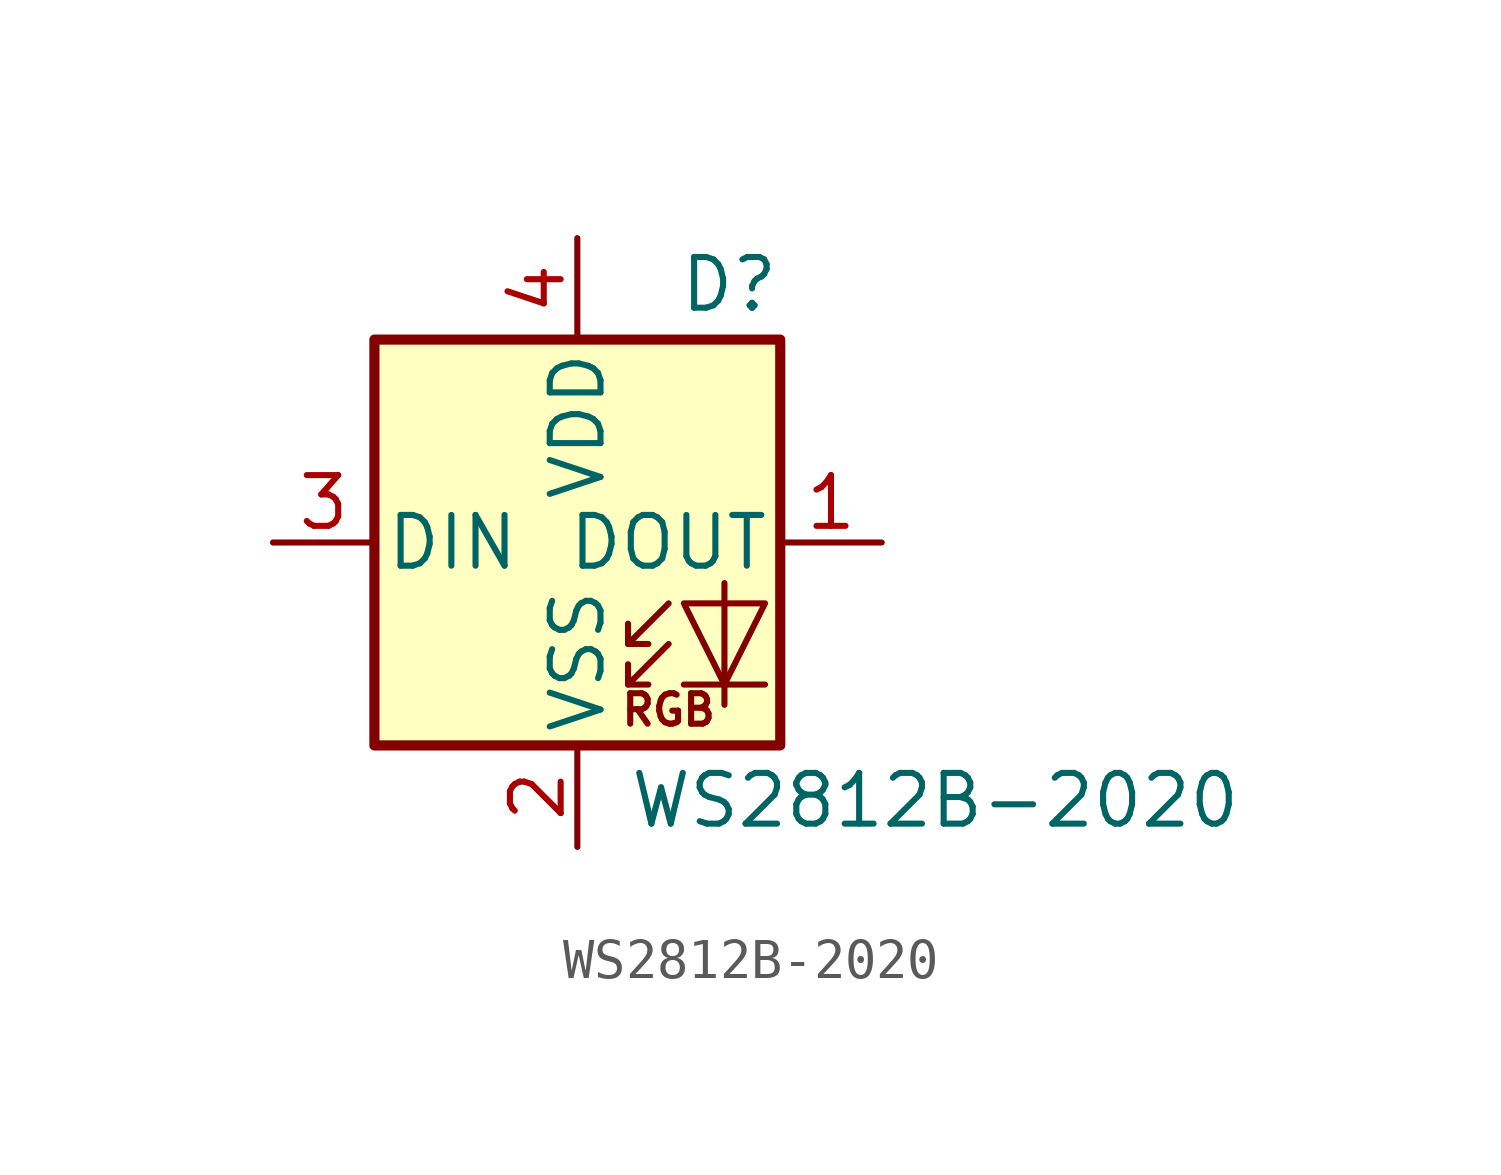
<source format=kicad_sym>
(kicad_symbol_lib
  (version 20201005)
  (generator kicad_symbol_editor)
  (symbol "led:WS2812B-2020"
    (pin_names
      (offset 0.254))
    (property "Reference" "D"
      (at 5.08 5.715 0)
      (effects (font (size 1.27 1.27)) (justify right bottom)))
    (property "Value" "WS2812B-2020"
      (at 1.27 -5.715 0)
      (effects (font (size 1.27 1.27)) (justify left top)))
    (symbol "WS2812B-2020_0_0"
      (text "RGB" (at 2.286 -4.191 0) (effects (font (size 0.762 0.762)))))
    (symbol "WS2812B-2020_0_1"
      (rectangle (start 5.08 5.08) (end -5.08 -5.08) (stroke (width 0.254)) (fill (type background)))
      (polyline (pts (xy 1.27 -3.556) (xy 1.778 -3.556)) (stroke (width 0)) (fill (type none)))
      (polyline (pts (xy 1.27 -2.54) (xy 1.778 -2.54)) (stroke (width 0)) (fill (type none)))
      (polyline (pts (xy 4.699 -3.556) (xy 2.667 -3.556)) (stroke (width 0)) (fill (type none)))
      (polyline (pts (xy 2.286 -2.54) (xy 1.27 -3.556) (xy 1.27 -3.048)) (stroke (width 0)) (fill (type none)))
      (polyline (pts (xy 2.286 -1.524) (xy 1.27 -2.54) (xy 1.27 -2.032)) (stroke (width 0)) (fill (type none)))
      (polyline (pts (xy 3.683 -1.016) (xy 3.683 -3.556) (xy 3.683 -4.064)) (stroke (width 0)) (fill (type none)))
      (polyline (pts (xy 4.699 -1.524) (xy 2.667 -1.524) (xy 3.683 -3.556) (xy 4.699 -1.524)) (stroke (width 0)) (fill (type none))))
    (symbol "WS2812B-2020_1_1"
      (pin output line (at 7.62 0 180) (length 2.54) (name "DOUT" (effects (font (size 1.27 1.27)))) (number "1" (effects (font (size 1.27 1.27)))))
      (pin power_in line (at 0 -7.62 90) (length 2.54) (name "VSS" (effects (font (size 1.27 1.27)))) (number "2" (effects (font (size 1.27 1.27)))))
      (pin input line (at -7.62 0 0) (length 2.54) (name "DIN" (effects (font (size 1.27 1.27)))) (number "3" (effects (font (size 1.27 1.27)))))
      (pin power_in line (at 0 7.62 270) (length 2.54) (name "VDD" (effects (font (size 1.27 1.27)))) (number "4" (effects (font (size 1.27 1.27))))))))
</source>
